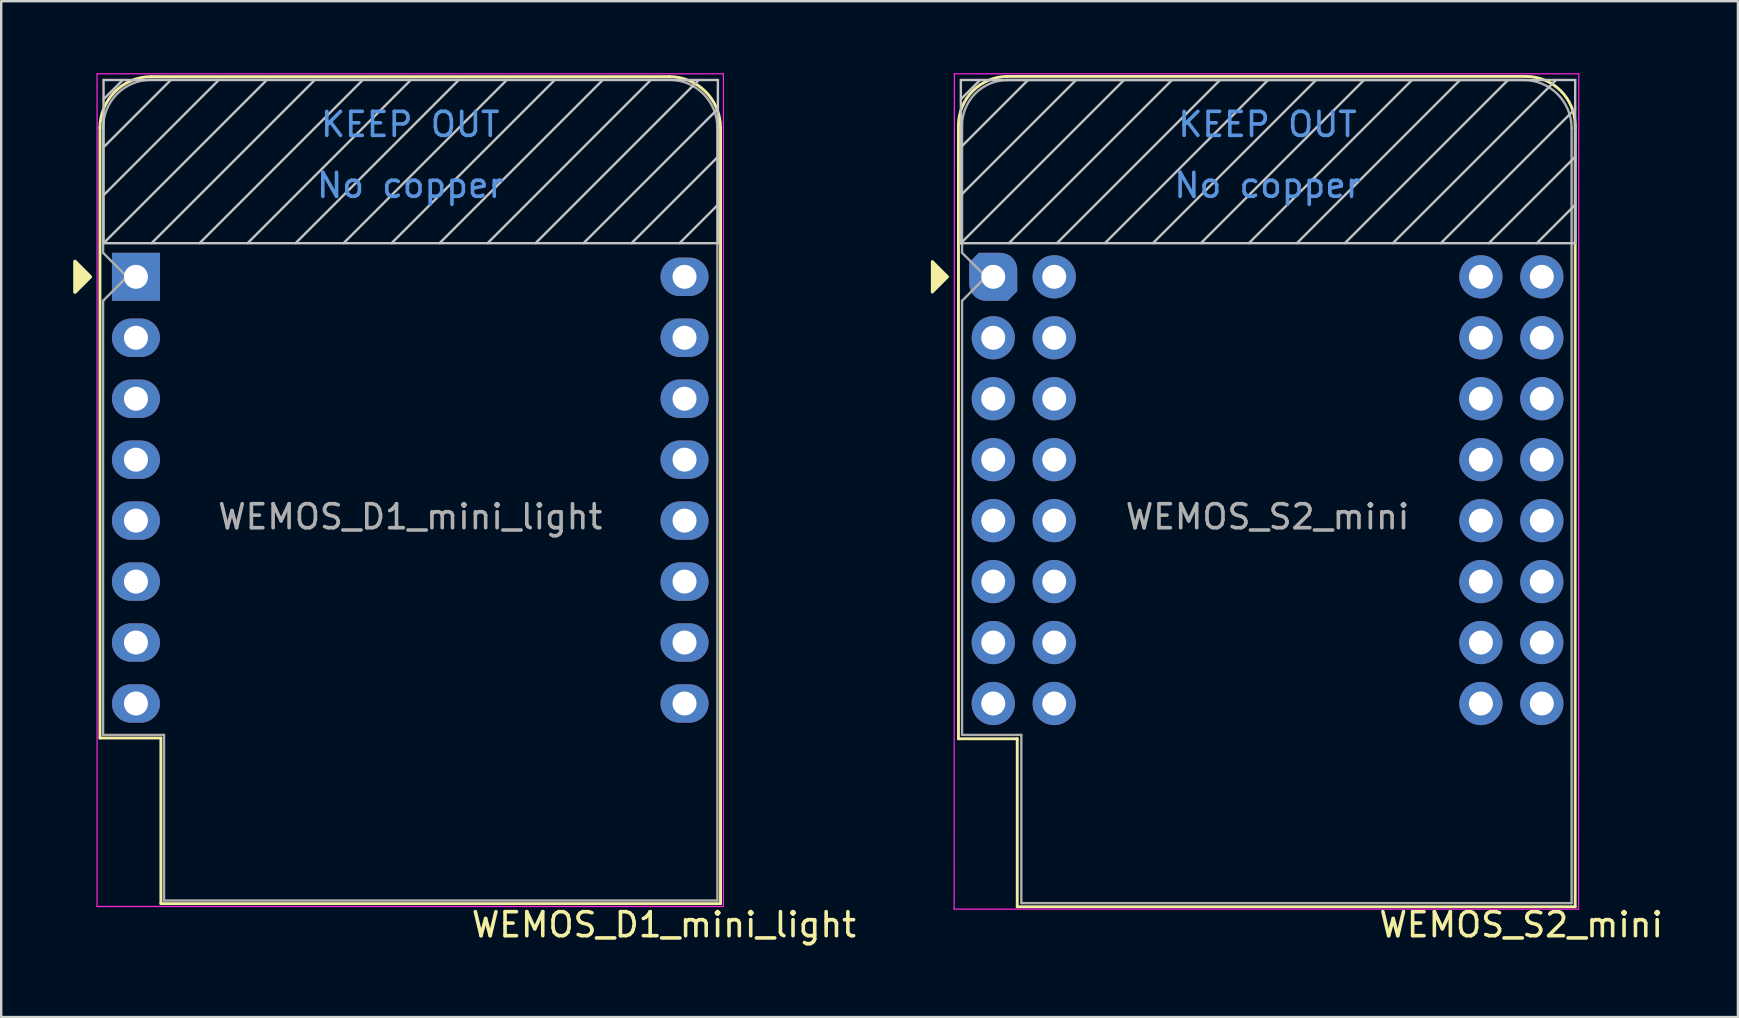
<source format=kicad_pcb>
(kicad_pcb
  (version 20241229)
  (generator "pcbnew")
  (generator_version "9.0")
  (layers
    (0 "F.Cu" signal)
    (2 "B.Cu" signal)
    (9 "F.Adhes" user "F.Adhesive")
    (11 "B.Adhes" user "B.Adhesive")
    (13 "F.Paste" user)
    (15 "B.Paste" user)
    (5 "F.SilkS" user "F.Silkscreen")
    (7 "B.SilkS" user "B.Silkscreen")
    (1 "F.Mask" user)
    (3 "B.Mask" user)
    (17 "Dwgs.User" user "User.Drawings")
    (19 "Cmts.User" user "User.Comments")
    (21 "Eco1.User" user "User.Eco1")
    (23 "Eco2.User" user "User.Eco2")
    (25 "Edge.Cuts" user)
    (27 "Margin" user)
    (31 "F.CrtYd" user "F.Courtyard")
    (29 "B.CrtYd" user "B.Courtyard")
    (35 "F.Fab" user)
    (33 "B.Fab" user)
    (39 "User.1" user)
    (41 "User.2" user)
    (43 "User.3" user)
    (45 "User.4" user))
  (footprint "WEMOS_D1_mini_light"
    (layer "F.Cu")
    (at 2.615 8.485)
    (property "Reference" "WEMOS_D1_mini_light" (at 22 27 0) (layer "F.SilkS") (effects (font (size 1 1) (thickness 0.15))))
    (attr through_hole)
    (fp_line (start -1.5 19.22) (end -1.5 -6.21) (stroke (width 0.12) (type solid)) (layer "F.SilkS"))
    (fp_line (start -1.5 19.22) (end 1.04 19.22) (stroke (width 0.12) (type solid)) (layer "F.SilkS"))
    (fp_line (start 1.04 19.22) (end 1.04 26.12) (stroke (width 0.12) (type solid)) (layer "F.SilkS"))
    (fp_line (start 1.04 26.12) (end 24.36 26.12) (stroke (width 0.12) (type solid)) (layer "F.SilkS"))
    (fp_line (start 22.24 -8.34) (end 0.63 -8.34) (stroke (width 0.12) (type solid)) (layer "F.SilkS"))
    (fp_line (start 24.36 26.12) (end 24.36 -6.21) (stroke (width 0.12) (type solid)) (layer "F.SilkS"))
    (fp_arc (start -1.5 -6.21) (mid -0.876137 -7.716137) (end 0.63 -8.34) (stroke (width 0.12) (type solid)) (layer "F.SilkS"))
    (fp_arc (start 22.23 -8.34) (mid 23.736137 -7.716137) (end 24.36 -6.21) (stroke (width 0.12) (type solid)) (layer "F.SilkS"))
    (fp_poly (pts (xy -2.54 -0.635) (xy -2.54 0.635) (xy -1.905 0)) (stroke (width 0.15) (type solid)) (fill yes) (layer "F.SilkS"))
    (fp_line (start -1.35 -8.2) (end -1.35 -1.4) (stroke (width 0.1) (type solid)) (layer "Dwgs.User"))
    (fp_line (start -1.35 -7.4) (end -0.55 -8.2) (stroke (width 0.1) (type solid)) (layer "Dwgs.User"))
    (fp_line (start -1.35 -3.4) (end 3.45 -8.2) (stroke (width 0.1) (type solid)) (layer "Dwgs.User"))
    (fp_line (start -1.35 -1.4) (end 5.45 -8.2) (stroke (width 0.1) (type solid)) (layer "Dwgs.User"))
    (fp_line (start -1.35 -1.4) (end 24.25 -1.4) (stroke (width 0.1) (type solid)) (layer "Dwgs.User"))
    (fp_line (start -1.3 -5.45) (end 1.45 -8.2) (stroke (width 0.1) (type solid)) (layer "Dwgs.User"))
    (fp_line (start 0.65 -1.4) (end 7.45 -8.2) (stroke (width 0.1) (type solid)) (layer "Dwgs.User"))
    (fp_line (start 2.65 -1.4) (end 9.45 -8.2) (stroke (width 0.1) (type solid)) (layer "Dwgs.User"))
    (fp_line (start 4.65 -1.4) (end 11.45 -8.2) (stroke (width 0.1) (type solid)) (layer "Dwgs.User"))
    (fp_line (start 6.65 -1.4) (end 13.45 -8.2) (stroke (width 0.1) (type solid)) (layer "Dwgs.User"))
    (fp_line (start 8.65 -1.4) (end 15.45 -8.2) (stroke (width 0.1) (type solid)) (layer "Dwgs.User"))
    (fp_line (start 10.65 -1.4) (end 17.45 -8.2) (stroke (width 0.1) (type solid)) (layer "Dwgs.User"))
    (fp_line (start 12.65 -1.4) (end 19.45 -8.2) (stroke (width 0.1) (type solid)) (layer "Dwgs.User"))
    (fp_line (start 14.65 -1.4) (end 21.45 -8.2) (stroke (width 0.1) (type solid)) (layer "Dwgs.User"))
    (fp_line (start 16.65 -1.4) (end 23.45 -8.2) (stroke (width 0.1) (type solid)) (layer "Dwgs.User"))
    (fp_line (start 18.65 -1.4) (end 24.25 -7) (stroke (width 0.1) (type solid)) (layer "Dwgs.User"))
    (fp_line (start 20.65 -1.4) (end 24.25 -5) (stroke (width 0.1) (type solid)) (layer "Dwgs.User"))
    (fp_line (start 22.65 -1.4) (end 24.25 -3) (stroke (width 0.1) (type solid)) (layer "Dwgs.User"))
    (fp_line (start 24.25 -8.2) (end -1.35 -8.2) (stroke (width 0.1) (type solid)) (layer "Dwgs.User"))
    (fp_line (start 24.25 -1.4) (end 24.25 -8.2) (stroke (width 0.1) (type solid)) (layer "Dwgs.User"))
    (fp_line (start -1.62 -8.46) (end 24.48 -8.46) (stroke (width 0.05) (type solid)) (layer "F.CrtYd"))
    (fp_line (start -1.62 26.24) (end -1.62 -8.46) (stroke (width 0.05) (type solid)) (layer "F.CrtYd"))
    (fp_line (start 24.48 -8.46) (end 24.48 26.24) (stroke (width 0.05) (type solid)) (layer "F.CrtYd"))
    (fp_line (start 24.48 26.24) (end -1.62 26.24) (stroke (width 0.05) (type solid)) (layer "F.CrtYd"))
    (fp_line (start -1.37 -6.21) (end -1.37 -1) (stroke (width 0.1) (type solid)) (layer "F.Fab"))
    (fp_line (start -1.37 1) (end -1.37 19.09) (stroke (width 0.1) (type solid)) (layer "F.Fab"))
    (fp_line (start -1.37 1) (end -0.37 0) (stroke (width 0.1) (type solid)) (layer "F.Fab"))
    (fp_line (start -1.37 19.09) (end 1.17 19.09) (stroke (width 0.1) (type solid)) (layer "F.Fab"))
    (fp_line (start -0.37 0) (end -1.37 -1) (stroke (width 0.1) (type solid)) (layer "F.Fab"))
    (fp_line (start 1.17 19.09) (end 1.17 25.99) (stroke (width 0.1) (type solid)) (layer "F.Fab"))
    (fp_line (start 1.17 25.99) (end 24.23 25.99) (stroke (width 0.1) (type solid)) (layer "F.Fab"))
    (fp_line (start 22.23 -8.21) (end 0.63 -8.21) (stroke (width 0.1) (type solid)) (layer "F.Fab"))
    (fp_line (start 24.23 25.99) (end 24.23 -6.21) (stroke (width 0.1) (type solid)) (layer "F.Fab"))
    (fp_arc (start -1.37 -6.21) (mid -0.784214 -7.624214) (end 0.63 -8.21) (stroke (width 0.1) (type solid)) (layer "F.Fab"))
    (fp_arc (start 22.25 -8.21) (mid 23.658356 -7.610071) (end 24.23 -6.19) (stroke (width 0.1) (type solid)) (layer "F.Fab"))
    (fp_text user "KEEP OUT" (at 11.43 -6.35 0) (layer "Cmts.User") (effects (font (size 1 1) (thickness 0.15))))
    (fp_text user "No copper" (at 11.43 -3.81 0) (layer "Cmts.User") (effects (font (size 1 1) (thickness 0.15))))
    (fp_text user "${REFERENCE}" (at 11.43 10 0) (layer "F.Fab") (effects (font (size 1 1) (thickness 0.15))))
    (pad "1" thru_hole rect (at 0 0) (size 2 2) (drill 1) (layers "*.Cu" "*.Mask"))
    (pad "2" thru_hole oval (at 0 2.54) (size 2 1.6) (drill 1) (layers "*.Cu" "*.Mask"))
    (pad "3" thru_hole oval (at 0 5.08) (size 2 1.6) (drill 1) (layers "*.Cu" "*.Mask"))
    (pad "4" thru_hole oval (at 0 7.62) (size 2 1.6) (drill 1) (layers "*.Cu" "*.Mask"))
    (pad "5" thru_hole oval (at 0 10.16) (size 2 1.6) (drill 1) (layers "*.Cu" "*.Mask"))
    (pad "6" thru_hole oval (at 0 12.7) (size 2 1.6) (drill 1) (layers "*.Cu" "*.Mask"))
    (pad "7" thru_hole oval (at 0 15.24) (size 2 1.6) (drill 1) (layers "*.Cu" "*.Mask"))
    (pad "8" thru_hole oval (at 0 17.78) (size 2 1.6) (drill 1) (layers "*.Cu" "*.Mask"))
    (pad "9" thru_hole oval (at 22.86 17.78) (size 2 1.6) (drill 1) (layers "*.Cu" "*.Mask"))
    (pad "10" thru_hole oval (at 22.86 15.24) (size 2 1.6) (drill 1) (layers "*.Cu" "*.Mask"))
    (pad "11" thru_hole oval (at 22.86 12.7) (size 2 1.6) (drill 1) (layers "*.Cu" "*.Mask"))
    (pad "12" thru_hole oval (at 22.86 10.16) (size 2 1.6) (drill 1) (layers "*.Cu" "*.Mask"))
    (pad "13" thru_hole oval (at 22.86 7.62) (size 2 1.6) (drill 1) (layers "*.Cu" "*.Mask"))
    (pad "14" thru_hole oval (at 22.86 5.08) (size 2 1.6) (drill 1) (layers "*.Cu" "*.Mask"))
    (pad "15" thru_hole oval (at 22.86 2.54) (size 2 1.6) (drill 1) (layers "*.Cu" "*.Mask"))
    (pad "16" thru_hole oval (at 22.86 0) (size 2 1.6) (drill 1) (layers "*.Cu" "*.Mask")))
  (footprint "WEMOS_S2_mini"
    (layer "F.Cu")
    (at 38.34 8.485)
    (property "Reference" "WEMOS_S2_mini" (at 22 27 0) (layer "F.SilkS") (effects (font (size 1 1) (thickness 0.15))))
    (attr through_hole)
    (fp_line (start -1.45 19.25) (end -1.45 -6.3) (stroke (width 0.12) (type solid)) (layer "F.SilkS"))
    (fp_line (start -1.45 19.25) (end 1 19.25) (stroke (width 0.12) (type solid)) (layer "F.SilkS"))
    (fp_line (start 1 19.25) (end 1 26.25) (stroke (width 0.12) (type solid)) (layer "F.SilkS"))
    (fp_line (start 1 26.25) (end 24.25 26.25) (stroke (width 0.12) (type solid)) (layer "F.SilkS"))
    (fp_line (start 22.2 -8.35) (end 0.6 -8.35) (stroke (width 0.12) (type solid)) (layer "F.SilkS"))
    (fp_line (start 24.25 26.25) (end 24.25 -6.3) (stroke (width 0.12) (type solid)) (layer "F.SilkS"))
    (fp_arc (start -1.45 -6.3) (mid -0.849569 -7.749569) (end 0.6 -8.35) (stroke (width 0.12) (type solid)) (layer "F.SilkS"))
    (fp_arc (start 22.2 -8.35) (mid 23.649569 -7.749569) (end 24.25 -6.3) (stroke (width 0.12) (type solid)) (layer "F.SilkS"))
    (fp_poly (pts (xy -2.54 -0.635) (xy -2.54 0.635) (xy -1.905 0)) (stroke (width 0.12) (type solid)) (fill yes) (layer "F.SilkS"))
    (fp_line (start -1.35 -8.2) (end -1.35 -1.4) (stroke (width 0.1) (type solid)) (layer "Dwgs.User"))
    (fp_line (start -1.35 -7.4) (end -0.55 -8.2) (stroke (width 0.1) (type solid)) (layer "Dwgs.User"))
    (fp_line (start -1.35 -3.4) (end 3.45 -8.2) (stroke (width 0.1) (type solid)) (layer "Dwgs.User"))
    (fp_line (start -1.35 -1.4) (end 5.45 -8.2) (stroke (width 0.1) (type solid)) (layer "Dwgs.User"))
    (fp_line (start -1.35 -1.4) (end 24.25 -1.4) (stroke (width 0.1) (type solid)) (layer "Dwgs.User"))
    (fp_line (start -1.3 -5.45) (end 1.45 -8.2) (stroke (width 0.1) (type solid)) (layer "Dwgs.User"))
    (fp_line (start 0.65 -1.4) (end 7.45 -8.2) (stroke (width 0.1) (type solid)) (layer "Dwgs.User"))
    (fp_line (start 2.65 -1.4) (end 9.45 -8.2) (stroke (width 0.1) (type solid)) (layer "Dwgs.User"))
    (fp_line (start 4.65 -1.4) (end 11.45 -8.2) (stroke (width 0.1) (type solid)) (layer "Dwgs.User"))
    (fp_line (start 6.65 -1.4) (end 13.45 -8.2) (stroke (width 0.1) (type solid)) (layer "Dwgs.User"))
    (fp_line (start 8.65 -1.4) (end 15.45 -8.2) (stroke (width 0.1) (type solid)) (layer "Dwgs.User"))
    (fp_line (start 10.65 -1.4) (end 17.45 -8.2) (stroke (width 0.1) (type solid)) (layer "Dwgs.User"))
    (fp_line (start 12.65 -1.4) (end 19.45 -8.2) (stroke (width 0.1) (type solid)) (layer "Dwgs.User"))
    (fp_line (start 14.65 -1.4) (end 21.45 -8.2) (stroke (width 0.1) (type solid)) (layer "Dwgs.User"))
    (fp_line (start 16.65 -1.4) (end 23.45 -8.2) (stroke (width 0.1) (type solid)) (layer "Dwgs.User"))
    (fp_line (start 18.65 -1.4) (end 24.25 -7) (stroke (width 0.1) (type solid)) (layer "Dwgs.User"))
    (fp_line (start 20.65 -1.4) (end 24.25 -5) (stroke (width 0.1) (type solid)) (layer "Dwgs.User"))
    (fp_line (start 22.65 -1.4) (end 24.25 -3) (stroke (width 0.1) (type solid)) (layer "Dwgs.User"))
    (fp_line (start 24.25 -8.2) (end -1.35 -8.2) (stroke (width 0.1) (type solid)) (layer "Dwgs.User"))
    (fp_line (start 24.25 -1.4) (end 24.25 -8.2) (stroke (width 0.1) (type solid)) (layer "Dwgs.User"))
    (fp_line (start -1.63 26.35) (end -1.62 -8.46) (stroke (width 0.05) (type solid)) (layer "F.CrtYd"))
    (fp_line (start -1.62 -8.46) (end 24.4 -8.46) (stroke (width 0.05) (type solid)) (layer "F.CrtYd"))
    (fp_line (start 24.39 26.35) (end -1.63 26.35) (stroke (width 0.05) (type solid)) (layer "F.CrtYd"))
    (fp_line (start 24.4 -8.46) (end 24.39 26.35) (stroke (width 0.05) (type solid)) (layer "F.CrtYd"))
    (fp_line (start -1.3 -6.3) (end -1.3 -1) (stroke (width 0.1) (type solid)) (layer "F.Fab"))
    (fp_line (start -1.3 1) (end -1.3 19.09) (stroke (width 0.1) (type solid)) (layer "F.Fab"))
    (fp_line (start -1.3 1) (end -0.3 0) (stroke (width 0.1) (type solid)) (layer "F.Fab"))
    (fp_line (start -1.3 19.09) (end 1.17 19.09) (stroke (width 0.1) (type solid)) (layer "F.Fab"))
    (fp_line (start -0.3 0) (end -1.3 -1) (stroke (width 0.1) (type solid)) (layer "F.Fab"))
    (fp_line (start 1.17 19.09) (end 1.17 26.1) (stroke (width 0.1) (type solid)) (layer "F.Fab"))
    (fp_line (start 1.17 26.1) (end 24.1 26.1) (stroke (width 0.1) (type solid)) (layer "F.Fab"))
    (fp_line (start 22.1 -8.2) (end 0.6 -8.2) (stroke (width 0.1) (type solid)) (layer "F.Fab"))
    (fp_line (start 24.1 26.1) (end 24.1 -6.2) (stroke (width 0.1) (type solid)) (layer "F.Fab"))
    (fp_arc (start -1.3 -6.3) (mid -0.743503 -7.643503) (end 0.6 -8.2) (stroke (width 0.1) (type solid)) (layer "F.Fab"))
    (fp_arc (start 22.1 -8.2) (mid 23.514214 -7.614214) (end 24.1 -6.2) (stroke (width 0.1) (type solid)) (layer "F.Fab"))
    (fp_text user "No copper" (at 11.43 -3.81 0) (layer "Cmts.User") (effects (font (size 1 1) (thickness 0.15))))
    (fp_text user "KEEP OUT" (at 11.43 -6.35 0) (layer "Cmts.User") (effects (font (size 1 1) (thickness 0.15))))
    (fp_text user "${REFERENCE}" (at 11.43 10 0) (layer "F.Fab") (effects (font (size 1 1) (thickness 0.15))))
    (pad "1" thru_hole roundrect (at 0 0) (size 2 2) (drill 1) (layers "*.Cu" "*.Mask") (roundrect_rratio 0.35) (chamfer_ratio 0.2) (chamfer top_left bottom_right))
    (pad "2" thru_hole circle (at 0 2.54) (size 1.8 1.8) (drill 1) (layers "*.Cu" "*.Mask"))
    (pad "3" thru_hole circle (at 0 5.08) (size 1.8 1.8) (drill 1) (layers "*.Cu" "*.Mask"))
    (pad "4" thru_hole circle (at 0 7.62) (size 1.8 1.8) (drill 1) (layers "*.Cu" "*.Mask"))
    (pad "5" thru_hole circle (at 0 10.16) (size 1.8 1.8) (drill 1) (layers "*.Cu" "*.Mask"))
    (pad "6" thru_hole circle (at 0 12.7) (size 1.8 1.8) (drill 1) (layers "*.Cu" "*.Mask"))
    (pad "7" thru_hole circle (at 0 15.24) (size 1.8 1.8) (drill 1) (layers "*.Cu" "*.Mask"))
    (pad "8" thru_hole circle (at 0 17.78) (size 1.8 1.8) (drill 1) (layers "*.Cu" "*.Mask"))
    (pad "9" thru_hole circle (at 22.86 17.78) (size 1.8 1.8) (drill 1) (layers "*.Cu" "*.Mask"))
    (pad "10" thru_hole circle (at 22.86 15.24) (size 1.8 1.8) (drill 1) (layers "*.Cu" "*.Mask"))
    (pad "11" thru_hole circle (at 22.86 12.7) (size 1.8 1.8) (drill 1) (layers "*.Cu" "*.Mask"))
    (pad "12" thru_hole circle (at 22.86 10.16) (size 1.8 1.8) (drill 1) (layers "*.Cu" "*.Mask"))
    (pad "13" thru_hole circle (at 22.86 7.62) (size 1.8 1.8) (drill 1) (layers "*.Cu" "*.Mask"))
    (pad "14" thru_hole circle (at 22.86 5.08) (size 1.8 1.8) (drill 1) (layers "*.Cu" "*.Mask"))
    (pad "15" thru_hole circle (at 22.86 2.54) (size 1.8 1.8) (drill 1) (layers "*.Cu" "*.Mask"))
    (pad "16" thru_hole circle (at 22.86 0) (size 1.8 1.8) (drill 1) (layers "*.Cu" "*.Mask"))
    (pad "17" thru_hole circle (at 2.54 0) (size 1.8 1.8) (drill 1) (layers "*.Cu" "*.Mask"))
    (pad "18" thru_hole circle (at 2.54 2.54) (size 1.8 1.8) (drill 1) (layers "*.Cu" "*.Mask"))
    (pad "19" thru_hole circle (at 2.54 5.08) (size 1.8 1.8) (drill 1) (layers "*.Cu" "*.Mask"))
    (pad "20" thru_hole circle (at 2.54 7.62) (size 1.8 1.8) (drill 1) (layers "*.Cu" "*.Mask"))
    (pad "21" thru_hole circle (at 2.54 10.16) (size 1.8 1.8) (drill 1) (layers "*.Cu" "*.Mask"))
    (pad "22" thru_hole circle (at 2.54 12.7) (size 1.8 1.8) (drill 1) (layers "*.Cu" "*.Mask"))
    (pad "23" thru_hole circle (at 2.54 15.24) (size 1.8 1.8) (drill 1) (layers "*.Cu" "*.Mask"))
    (pad "24" thru_hole circle (at 2.54 17.78) (size 1.8 1.8) (drill 1) (layers "*.Cu" "*.Mask"))
    (pad "25" thru_hole circle (at 20.32 17.78) (size 1.8 1.8) (drill 1) (layers "*.Cu" "*.Mask"))
    (pad "26" thru_hole circle (at 20.32 15.24) (size 1.8 1.8) (drill 1) (layers "*.Cu" "*.Mask"))
    (pad "27" thru_hole circle (at 20.32 12.7) (size 1.8 1.8) (drill 1) (layers "*.Cu" "*.Mask"))
    (pad "28" thru_hole circle (at 20.32 10.16) (size 1.8 1.8) (drill 1) (layers "*.Cu" "*.Mask"))
    (pad "29" thru_hole circle (at 20.32 7.62) (size 1.8 1.8) (drill 1) (layers "*.Cu" "*.Mask"))
    (pad "30" thru_hole circle (at 20.32 5.08) (size 1.8 1.8) (drill 1) (layers "*.Cu" "*.Mask"))
    (pad "31" thru_hole circle (at 20.32 2.54) (size 1.8 1.8) (drill 1) (layers "*.Cu" "*.Mask"))
    (pad "32" thru_hole circle (at 20.32 0) (size 1.8 1.8) (drill 1) (layers "*.Cu" "*.Mask")))
  (gr_rect
    (start -3 -3)
    (end 69.37 39.333)
    (stroke (width 0.1) (type default))
    (fill no)
    (layer "Edge.Cuts")))
</source>
